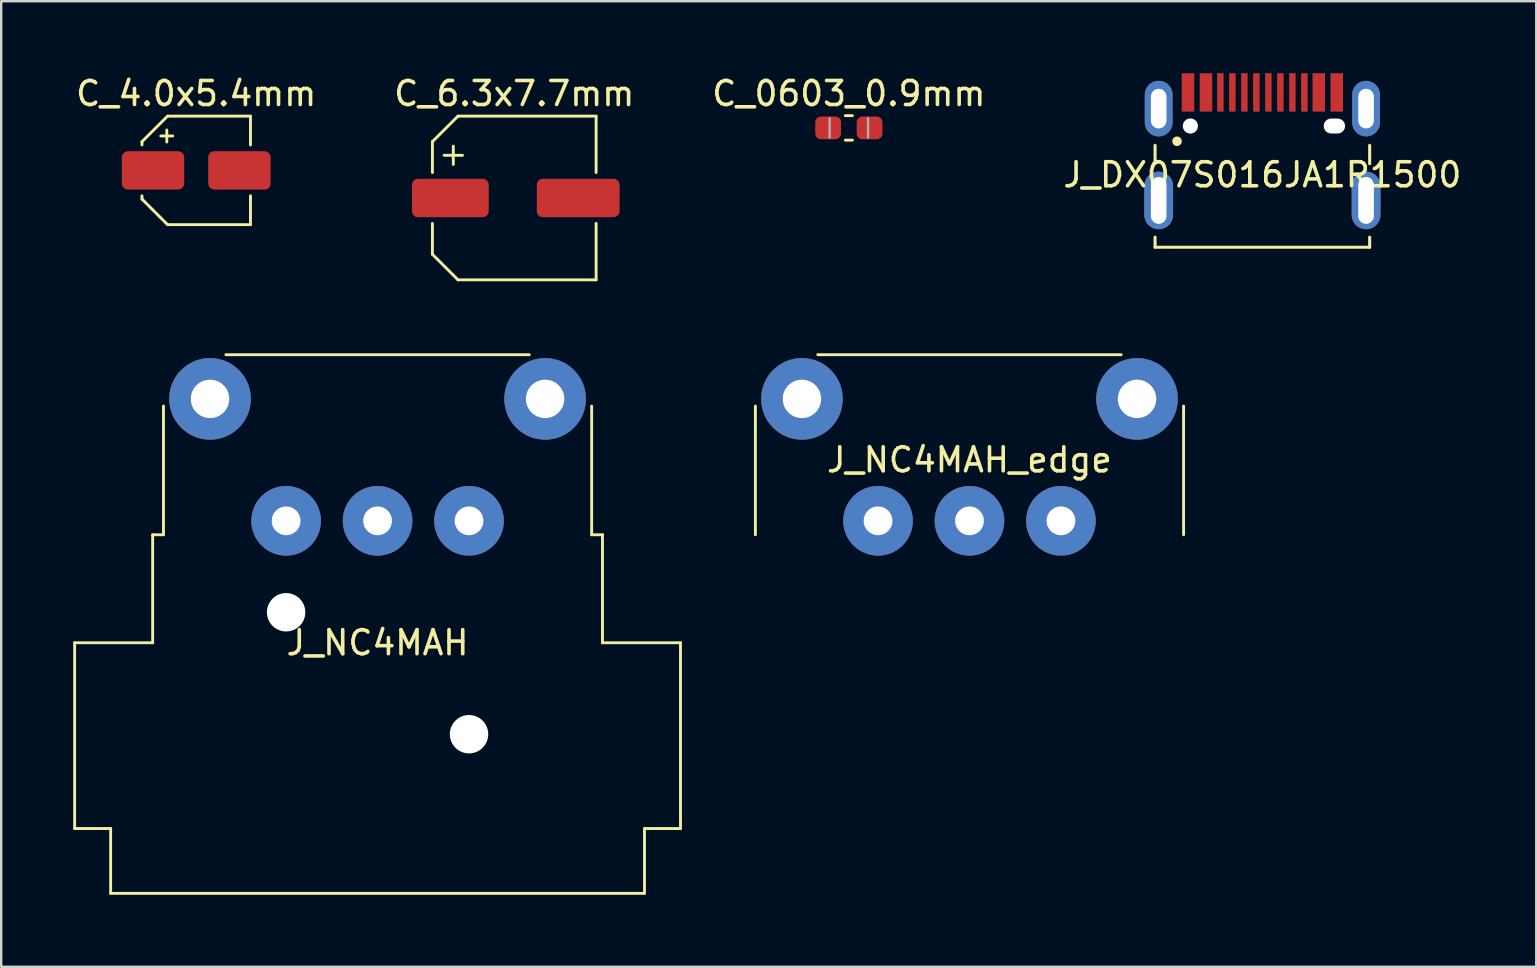
<source format=kicad_pcb>
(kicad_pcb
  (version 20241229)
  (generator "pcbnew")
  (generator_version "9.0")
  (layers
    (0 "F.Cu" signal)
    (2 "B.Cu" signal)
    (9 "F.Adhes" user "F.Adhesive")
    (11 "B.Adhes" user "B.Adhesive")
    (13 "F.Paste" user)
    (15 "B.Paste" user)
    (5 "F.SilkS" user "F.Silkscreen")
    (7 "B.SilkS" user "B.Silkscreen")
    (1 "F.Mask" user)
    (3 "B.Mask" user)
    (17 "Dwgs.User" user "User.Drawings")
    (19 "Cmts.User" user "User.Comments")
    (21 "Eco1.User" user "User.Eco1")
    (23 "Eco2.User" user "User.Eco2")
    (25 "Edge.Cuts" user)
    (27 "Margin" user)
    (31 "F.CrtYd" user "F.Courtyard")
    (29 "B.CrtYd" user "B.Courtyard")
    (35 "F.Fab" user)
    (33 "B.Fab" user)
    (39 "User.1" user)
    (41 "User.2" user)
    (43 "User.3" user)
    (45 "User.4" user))
  (footprint "C_6.3x7.7mm"
    (layer "F.Cu")
    (at 18.375 5.198)
    (property "Reference" "C_6.3x7.7mm" (at 0 -4.35 0) (layer "F.SilkS") (effects (font (size 1 1) (thickness 0.15))))
    (attr smd)
    (fp_line (start -3.41 -2.346) (end -3.41 -1.06) (stroke (width 0.12) (type solid)) (layer "F.SilkS"))
    (fp_line (start -3.41 -2.346) (end -2.346 -3.41) (stroke (width 0.12) (type solid)) (layer "F.SilkS"))
    (fp_line (start -3.41 2.346) (end -3.41 1.06) (stroke (width 0.12) (type solid)) (layer "F.SilkS"))
    (fp_line (start -3.41 2.346) (end -2.346 3.41) (stroke (width 0.12) (type solid)) (layer "F.SilkS"))
    (fp_line (start -2.54 -2.159) (end -2.54 -1.397) (stroke (width 0.12) (type solid)) (layer "F.SilkS"))
    (fp_line (start -2.346 -3.41) (end 3.41 -3.41) (stroke (width 0.12) (type solid)) (layer "F.SilkS"))
    (fp_line (start -2.346 3.41) (end 3.41 3.41) (stroke (width 0.12) (type solid)) (layer "F.SilkS"))
    (fp_line (start -2.159 -1.778) (end -2.921 -1.778) (stroke (width 0.12) (type solid)) (layer "F.SilkS"))
    (fp_line (start 3.41 -3.41) (end 3.41 -1.06) (stroke (width 0.12) (type solid)) (layer "F.SilkS"))
    (fp_line (start 3.41 3.41) (end 3.41 1.06) (stroke (width 0.12) (type solid)) (layer "F.SilkS"))
    (pad "1" smd roundrect (at -2.663 0) (size 3.2 1.6) (layers "F.Cu" "F.Mask" "F.Paste") (roundrect_rratio 0.156))
    (pad "2" smd roundrect (at 2.663 0) (size 3.45 1.6) (layers "F.Cu" "F.Mask" "F.Paste") (roundrect_rratio 0.156)))
  (footprint "C_4.0x5.4mm"
    (layer "F.Cu")
    (at 5.125 4.048)
    (property "Reference" "C_4.0x5.4mm" (at 0 -3.2 0) (layer "F.SilkS") (effects (font (size 1 1) (thickness 0.15))))
    (attr smd)
    (fp_line (start -2.26 -1.196) (end -2.26 -1.06) (stroke (width 0.12) (type solid)) (layer "F.SilkS"))
    (fp_line (start -2.26 -1.196) (end -1.196 -2.26) (stroke (width 0.12) (type solid)) (layer "F.SilkS"))
    (fp_line (start -2.26 1.196) (end -2.26 1.06) (stroke (width 0.12) (type solid)) (layer "F.SilkS"))
    (fp_line (start -2.26 1.196) (end -1.196 2.26) (stroke (width 0.12) (type solid)) (layer "F.SilkS"))
    (fp_line (start -1.476 -1.433) (end -0.976 -1.433) (stroke (width 0.12) (type solid)) (layer "F.SilkS"))
    (fp_line (start -1.226 -1.683) (end -1.226 -1.183) (stroke (width 0.12) (type solid)) (layer "F.SilkS"))
    (fp_line (start -1.196 -2.26) (end 2.26 -2.26) (stroke (width 0.12) (type solid)) (layer "F.SilkS"))
    (fp_line (start -1.196 2.26) (end 2.26 2.26) (stroke (width 0.12) (type solid)) (layer "F.SilkS"))
    (fp_line (start 2.26 -2.26) (end 2.26 -1.06) (stroke (width 0.12) (type solid)) (layer "F.SilkS"))
    (fp_line (start 2.26 2.26) (end 2.26 1.06) (stroke (width 0.12) (type solid)) (layer "F.SilkS"))
    (pad "1" smd roundrect (at -1.8 0) (size 2.6 1.6) (layers "F.Cu" "F.Mask" "F.Paste") (roundrect_rratio 0.156))
    (pad "2" smd roundrect (at 1.8 0) (size 2.6 1.6) (layers "F.Cu" "F.Mask" "F.Paste") (roundrect_rratio 0.156)))
  (footprint "C_0603_0.9mm"
    (layer "F.Cu")
    (at 32.315 2.278)
    (property "Reference" "C_0603_0.9mm" (at 0 -1.43 0) (layer "F.SilkS") (effects (font (size 1 1) (thickness 0.15))))
    (attr smd)
    (fp_line (start -0.146 -0.51) (end 0.146 -0.51) (stroke (width 0.12) (type solid)) (layer "F.SilkS"))
    (fp_line (start -0.146 0.51) (end 0.146 0.51) (stroke (width 0.12) (type solid)) (layer "F.SilkS"))
    (fp_line (start -0.8 0.4) (end -0.8 -0.4) (stroke (width 0.1) (type solid)) (layer "F.Fab"))
    (fp_line (start 0.8 -0.4) (end 0.8 0.4) (stroke (width 0.1) (type solid)) (layer "F.Fab"))
    (pad "1" smd roundrect (at -0.863 0) (size 1.075 0.95) (layers "F.Cu" "F.Mask" "F.Paste") (roundrect_rratio 0.25))
    (pad "2" smd roundrect (at 0.863 0) (size 1.075 0.95) (layers "F.Cu" "F.Mask" "F.Paste") (roundrect_rratio 0.25)))
  (footprint "J_NC4MAH"
    (layer "F.Cu")
    (at 12.68 18.648)
    (property "Reference" "J_NC4MAH" (at 0 5.08 0) (layer "F.SilkS") (effects (font (size 1 1) (thickness 0.15))))
    (attr through_hole)
    (fp_line (start -12.62 5.08) (end -9.37 5.08) (stroke (width 0.12) (type solid)) (layer "F.SilkS"))
    (fp_line (start -12.62 12.82) (end -12.62 5.08) (stroke (width 0.12) (type solid)) (layer "F.SilkS"))
    (fp_line (start -11.12 12.82) (end -12.62 12.82) (stroke (width 0.12) (type solid)) (layer "F.SilkS"))
    (fp_line (start -11.12 12.82) (end -11.12 15.52) (stroke (width 0.12) (type solid)) (layer "F.SilkS"))
    (fp_line (start -9.37 5.08) (end -9.37 0.58) (stroke (width 0.12) (type solid)) (layer "F.SilkS"))
    (fp_line (start -8.92 0.58) (end -9.37 0.58) (stroke (width 0.12) (type solid)) (layer "F.SilkS"))
    (fp_line (start -8.92 0.58) (end -8.92 -4.78) (stroke (width 0.12) (type solid)) (layer "F.SilkS"))
    (fp_line (start 6.32 -6.92) (end -6.32 -6.92) (stroke (width 0.12) (type solid)) (layer "F.SilkS"))
    (fp_line (start 8.92 0.58) (end 8.92 -4.78) (stroke (width 0.12) (type solid)) (layer "F.SilkS"))
    (fp_line (start 8.92 0.58) (end 9.37 0.58) (stroke (width 0.12) (type solid)) (layer "F.SilkS"))
    (fp_line (start 9.37 5.08) (end 9.37 0.58) (stroke (width 0.12) (type solid)) (layer "F.SilkS"))
    (fp_line (start 9.37 5.08) (end 12.62 5.08) (stroke (width 0.12) (type solid)) (layer "F.SilkS"))
    (fp_line (start 11.12 12.82) (end 11.12 15.52) (stroke (width 0.12) (type solid)) (layer "F.SilkS"))
    (fp_line (start 11.12 15.52) (end -11.12 15.52) (stroke (width 0.12) (type solid)) (layer "F.SilkS"))
    (fp_line (start 12.62 12.82) (end 11.12 12.82) (stroke (width 0.12) (type solid)) (layer "F.SilkS"))
    (fp_line (start 12.62 12.82) (end 12.62 5.08) (stroke (width 0.12) (type solid)) (layer "F.SilkS"))
    (pad "" np_thru_hole circle (at -3.81 3.81) (size 1.6 1.6) (drill 1.6) (layers "*.Cu" "*.Mask"))
    (pad "" np_thru_hole circle (at 3.81 8.89) (size 1.6 1.6) (drill 1.6) (layers "*.Cu" "*.Mask"))
    (pad "1" thru_hole circle (at -6.98 -5.08) (size 3.4 3.4) (drill 1.6) (layers "*.Cu" "*.Mask"))
    (pad "2" thru_hole circle (at -3.81 0) (size 2.9 2.9) (drill 1.2) (layers "*.Cu" "*.Mask"))
    (pad "3" thru_hole circle (at 3.81 0) (size 2.9 2.9) (drill 1.2) (layers "*.Cu" "*.Mask"))
    (pad "4" thru_hole circle (at 6.98 -5.08) (size 3.4 3.4) (drill 1.6) (layers "*.Cu" "*.Mask"))
    (pad "S" thru_hole circle (at 0 0) (size 2.9 2.9) (drill 1.2) (layers "*.Cu" "*.Mask")))
  (footprint "J_DX07S016JA1R1500"
    (layer "F.Cu")
    (at 49.542 2.2)
    (property "Reference" "J_DX07S016JA1R1500" (at 0 2.032 0) (layer "F.SilkS") (effects (font (size 1 1) (thickness 0.15))))
    (attr through_hole)
    (fp_line (start -4.47 0.805) (end -4.47 1.57) (stroke (width 0.127) (type solid)) (layer "F.SilkS"))
    (fp_line (start -4.47 5.05) (end -4.47 4.63) (stroke (width 0.127) (type solid)) (layer "F.SilkS"))
    (fp_line (start 4.47 0.805) (end 4.47 1.57) (stroke (width 0.127) (type solid)) (layer "F.SilkS"))
    (fp_line (start 4.47 4.63) (end 4.47 5.05) (stroke (width 0.127) (type solid)) (layer "F.SilkS"))
    (fp_line (start 4.47 5.05) (end -4.47 5.05) (stroke (width 0.127) (type solid)) (layer "F.SilkS"))
    (fp_circle (center -3.556 0.635) (end -3.456 0.635) (stroke (width 0.2) (type solid)) (fill no) (layer "F.SilkS"))
    (pad "" np_thru_hole circle (at -3 0) (size 0.63 0.63) (drill 0.63) (layers "*.Cu" "*.Mask"))
    (pad "" np_thru_hole oval (at 3 0) (size 0.88 0.63) (drill oval 0.88 0.6) (layers "*.Cu" "*.Mask"))
    (pad "1" smd rect (at -3.1 -1.4) (size 0.52 1.6) (layers "F.Cu" "F.Mask" "F.Paste"))
    (pad "2" smd rect (at -2.35 -1.4) (size 0.52 1.6) (layers "F.Cu" "F.Mask" "F.Paste"))
    (pad "3" smd rect (at -1.75 -1.4) (size 0.27 1.6) (layers "F.Cu" "F.Mask" "F.Paste"))
    (pad "4" smd rect (at -1.25 -1.4) (size 0.27 1.6) (layers "F.Cu" "F.Mask" "F.Paste"))
    (pad "5" smd rect (at -0.75 -1.4) (size 0.27 1.6) (layers "F.Cu" "F.Mask" "F.Paste"))
    (pad "6" smd rect (at -0.25 -1.4) (size 0.27 1.6) (layers "F.Cu" "F.Mask" "F.Paste"))
    (pad "7" smd rect (at 0.25 -1.4) (size 0.27 1.6) (layers "F.Cu" "F.Mask" "F.Paste"))
    (pad "8" smd rect (at 0.75 -1.4) (size 0.27 1.6) (layers "F.Cu" "F.Mask" "F.Paste"))
    (pad "9" smd rect (at 1.25 -1.4) (size 0.27 1.6) (layers "F.Cu" "F.Mask" "F.Paste"))
    (pad "10" smd rect (at 1.75 -1.4) (size 0.27 1.6) (layers "F.Cu" "F.Mask" "F.Paste"))
    (pad "11" smd rect (at 2.35 -1.4) (size 0.52 1.6) (layers "F.Cu" "F.Mask" "F.Paste"))
    (pad "12" smd rect (at 3.1 -1.4) (size 0.52 1.6) (layers "F.Cu" "F.Mask" "F.Paste"))
    (pad "S" thru_hole oval (at -4.32 -0.725) (size 1.158 2.316) (drill oval 0.65 1.65) (layers "*.Cu" "*.Mask"))
    (pad "S" thru_hole oval (at -4.32 3.1) (size 1.2 2.4) (drill oval 0.65 1.95) (layers "*.Cu" "*.Mask"))
    (pad "S" thru_hole oval (at 4.32 -0.725) (size 1.158 2.316) (drill oval 0.65 1.65) (layers "*.Cu" "*.Mask"))
    (pad "S" thru_hole oval (at 4.32 3.1) (size 1.2 2.4) (drill oval 0.65 1.95) (layers "*.Cu" "*.Mask")))
  (footprint "J_NC4MAH_edge"
    (layer "F.Cu")
    (at 37.34 18.648)
    (property "Reference" "J_NC4MAH_edge" (at 0 -2.54 0) (layer "F.SilkS") (effects (font (size 1 1) (thickness 0.15))))
    (attr through_hole)
    (fp_line (start -8.92 0.58) (end -8.92 -4.78) (stroke (width 0.12) (type solid)) (layer "F.SilkS"))
    (fp_line (start 6.32 -6.92) (end -6.32 -6.92) (stroke (width 0.12) (type solid)) (layer "F.SilkS"))
    (fp_line (start 8.92 0.58) (end 8.92 -4.78) (stroke (width 0.12) (type solid)) (layer "F.SilkS"))
    (pad "1" thru_hole circle (at -6.98 -5.08) (size 3.4 3.4) (drill 1.6) (layers "*.Cu" "*.Mask"))
    (pad "2" thru_hole circle (at -3.81 0) (size 2.9 2.9) (drill 1.2) (layers "*.Cu" "*.Mask"))
    (pad "3" thru_hole circle (at 3.81 0) (size 2.9 2.9) (drill 1.2) (layers "*.Cu" "*.Mask"))
    (pad "4" thru_hole circle (at 6.98 -5.08) (size 3.4 3.4) (drill 1.6) (layers "*.Cu" "*.Mask"))
    (pad "S" thru_hole circle (at 0 0) (size 2.9 2.9) (drill 1.2) (layers "*.Cu" "*.Mask")))
  (gr_rect
    (start -3 -3)
    (end 60.952 37.228)
    (stroke (width 0.1) (type default))
    (fill no)
    (layer "Edge.Cuts")))
</source>
